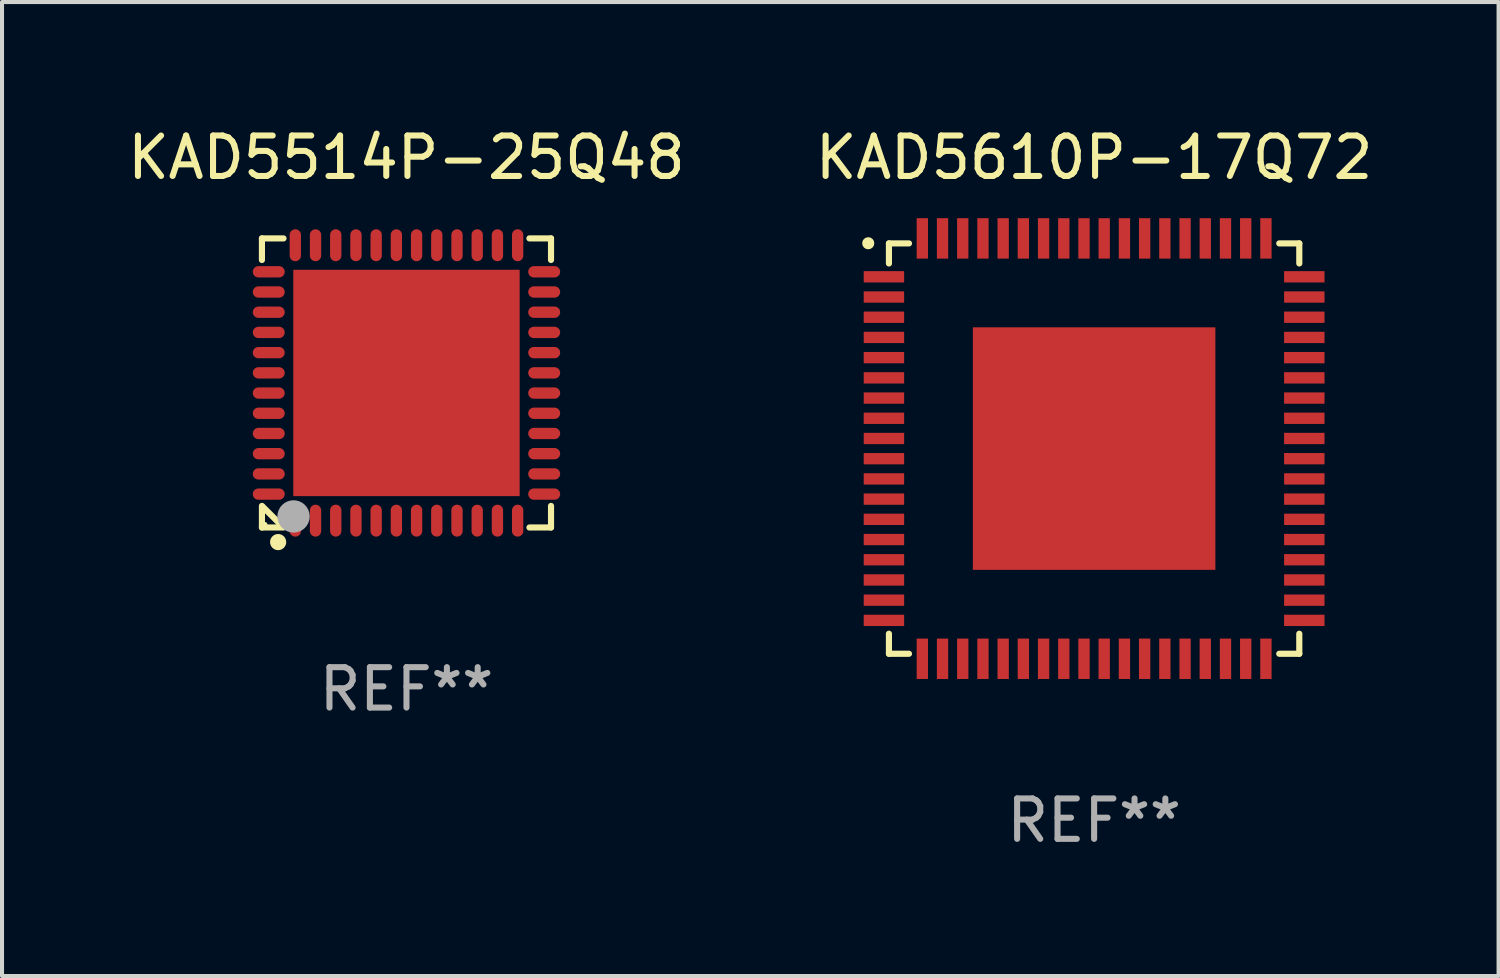
<source format=kicad_pcb>
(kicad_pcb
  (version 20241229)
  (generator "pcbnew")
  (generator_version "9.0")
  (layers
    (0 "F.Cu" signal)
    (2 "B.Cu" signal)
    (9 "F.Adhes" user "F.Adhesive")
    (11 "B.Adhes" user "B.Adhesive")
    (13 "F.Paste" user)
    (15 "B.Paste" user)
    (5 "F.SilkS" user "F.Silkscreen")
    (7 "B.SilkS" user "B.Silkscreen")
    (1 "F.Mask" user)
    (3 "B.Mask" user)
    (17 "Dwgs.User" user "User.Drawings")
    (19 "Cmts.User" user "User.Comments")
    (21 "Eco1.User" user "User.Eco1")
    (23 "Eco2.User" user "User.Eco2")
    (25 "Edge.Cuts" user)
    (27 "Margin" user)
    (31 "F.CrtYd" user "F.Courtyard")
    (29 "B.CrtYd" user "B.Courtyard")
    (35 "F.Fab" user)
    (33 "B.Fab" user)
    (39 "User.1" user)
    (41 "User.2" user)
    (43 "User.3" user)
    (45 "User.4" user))
  (footprint "KAD5514P-25Q48"
    (layer "F.Cu")
    (at 7.006 6.424)
    (property "Reference" "KAD5514P-25Q48" (at 0 -5.576 0) (layer "F.SilkS") (effects (font (size 1 1) (thickness 0.15))))
    (attr through_hole)
    (fp_line (start -3.576 -3.576) (end -3.576 -3.042) (stroke (width 0.152) (type solid)) (layer "F.SilkS"))
    (fp_line (start -3.576 3.576) (end -3.576 3.042) (stroke (width 0.152) (type solid)) (layer "F.SilkS"))
    (fp_line (start -3.069 3.549) (end -3.549 3.069) (stroke (width 0.152) (type solid)) (layer "F.SilkS"))
    (fp_line (start -3.042 -3.576) (end -3.576 -3.576) (stroke (width 0.152) (type solid)) (layer "F.SilkS"))
    (fp_line (start -3.042 3.576) (end -3.576 3.576) (stroke (width 0.152) (type solid)) (layer "F.SilkS"))
    (fp_line (start 3.042 -3.576) (end 3.576 -3.576) (stroke (width 0.152) (type solid)) (layer "F.SilkS"))
    (fp_line (start 3.042 3.576) (end 3.576 3.576) (stroke (width 0.152) (type solid)) (layer "F.SilkS"))
    (fp_line (start 3.576 -3.576) (end 3.576 -3.042) (stroke (width 0.152) (type solid)) (layer "F.SilkS"))
    (fp_line (start 3.576 3.576) (end 3.576 3.042) (stroke (width 0.152) (type solid)) (layer "F.SilkS"))
    (fp_circle (center -3.5 3.5) (end -3.47 3.5) (stroke (width 0.06) (type solid)) (fill no) (layer "F.SilkS"))
    (fp_circle (center -3.175 3.937) (end -3.075 3.937) (stroke (width 0.2) (type solid)) (fill no) (layer "F.SilkS"))
    (fp_circle (center -2.794 3.302) (end -2.594 3.302) (stroke (width 0.4) (type solid)) (fill no) (layer "F.Fab"))
    (fp_text user "REF**" (at 0 7.576 0) (layer "F.Fab") (effects (font (size 1 1) (thickness 0.15))))
    (pad "1" smd oval (at -2.75 3.407) (size 0.28 0.79) (layers "F.Cu" "F.Mask" "F.Paste"))
    (pad "2" smd oval (at -2.25 3.407) (size 0.28 0.79) (layers "F.Cu" "F.Mask" "F.Paste"))
    (pad "3" smd oval (at -1.75 3.407) (size 0.28 0.79) (layers "F.Cu" "F.Mask" "F.Paste"))
    (pad "4" smd oval (at -1.25 3.407) (size 0.28 0.79) (layers "F.Cu" "F.Mask" "F.Paste"))
    (pad "5" smd oval (at -0.75 3.407) (size 0.28 0.79) (layers "F.Cu" "F.Mask" "F.Paste"))
    (pad "6" smd oval (at -0.25 3.407) (size 0.28 0.79) (layers "F.Cu" "F.Mask" "F.Paste"))
    (pad "7" smd oval (at 0.25 3.407) (size 0.28 0.79) (layers "F.Cu" "F.Mask" "F.Paste"))
    (pad "8" smd oval (at 0.75 3.407) (size 0.28 0.79) (layers "F.Cu" "F.Mask" "F.Paste"))
    (pad "9" smd oval (at 1.25 3.407) (size 0.28 0.79) (layers "F.Cu" "F.Mask" "F.Paste"))
    (pad "10" smd oval (at 1.75 3.407) (size 0.28 0.79) (layers "F.Cu" "F.Mask" "F.Paste"))
    (pad "11" smd oval (at 2.25 3.407) (size 0.28 0.79) (layers "F.Cu" "F.Mask" "F.Paste"))
    (pad "12" smd oval (at 2.75 3.407) (size 0.28 0.79) (layers "F.Cu" "F.Mask" "F.Paste"))
    (pad "13" smd oval (at 3.407 2.75) (size 0.79 0.28) (layers "F.Cu" "F.Mask" "F.Paste"))
    (pad "14" smd oval (at 3.407 2.25) (size 0.79 0.28) (layers "F.Cu" "F.Mask" "F.Paste"))
    (pad "15" smd oval (at 3.407 1.75) (size 0.79 0.28) (layers "F.Cu" "F.Mask" "F.Paste"))
    (pad "16" smd oval (at 3.407 1.25) (size 0.79 0.28) (layers "F.Cu" "F.Mask" "F.Paste"))
    (pad "17" smd oval (at 3.407 0.75) (size 0.79 0.28) (layers "F.Cu" "F.Mask" "F.Paste"))
    (pad "18" smd oval (at 3.407 0.25) (size 0.79 0.28) (layers "F.Cu" "F.Mask" "F.Paste"))
    (pad "19" smd oval (at 3.407 -0.25) (size 0.79 0.28) (layers "F.Cu" "F.Mask" "F.Paste"))
    (pad "20" smd oval (at 3.407 -0.75) (size 0.79 0.28) (layers "F.Cu" "F.Mask" "F.Paste"))
    (pad "21" smd oval (at 3.407 -1.25) (size 0.79 0.28) (layers "F.Cu" "F.Mask" "F.Paste"))
    (pad "22" smd oval (at 3.407 -1.75) (size 0.79 0.28) (layers "F.Cu" "F.Mask" "F.Paste"))
    (pad "23" smd oval (at 3.407 -2.25) (size 0.79 0.28) (layers "F.Cu" "F.Mask" "F.Paste"))
    (pad "24" smd oval (at 3.407 -2.75) (size 0.79 0.28) (layers "F.Cu" "F.Mask" "F.Paste"))
    (pad "25" smd oval (at 2.75 -3.407) (size 0.28 0.79) (layers "F.Cu" "F.Mask" "F.Paste"))
    (pad "26" smd oval (at 2.25 -3.407) (size 0.28 0.79) (layers "F.Cu" "F.Mask" "F.Paste"))
    (pad "27" smd oval (at 1.75 -3.407) (size 0.28 0.79) (layers "F.Cu" "F.Mask" "F.Paste"))
    (pad "28" smd oval (at 1.25 -3.407) (size 0.28 0.79) (layers "F.Cu" "F.Mask" "F.Paste"))
    (pad "29" smd oval (at 0.75 -3.407) (size 0.28 0.79) (layers "F.Cu" "F.Mask" "F.Paste"))
    (pad "30" smd oval (at 0.25 -3.407) (size 0.28 0.79) (layers "F.Cu" "F.Mask" "F.Paste"))
    (pad "31" smd oval (at -0.25 -3.407) (size 0.28 0.79) (layers "F.Cu" "F.Mask" "F.Paste"))
    (pad "32" smd oval (at -0.75 -3.407) (size 0.28 0.79) (layers "F.Cu" "F.Mask" "F.Paste"))
    (pad "33" smd oval (at -1.25 -3.407) (size 0.28 0.79) (layers "F.Cu" "F.Mask" "F.Paste"))
    (pad "34" smd oval (at -1.75 -3.407) (size 0.28 0.79) (layers "F.Cu" "F.Mask" "F.Paste"))
    (pad "35" smd oval (at -2.25 -3.407) (size 0.28 0.79) (layers "F.Cu" "F.Mask" "F.Paste"))
    (pad "36" smd oval (at -2.75 -3.407) (size 0.28 0.79) (layers "F.Cu" "F.Mask" "F.Paste"))
    (pad "37" smd oval (at -3.407 -2.75) (size 0.79 0.28) (layers "F.Cu" "F.Mask" "F.Paste"))
    (pad "38" smd oval (at -3.407 -2.25) (size 0.79 0.28) (layers "F.Cu" "F.Mask" "F.Paste"))
    (pad "39" smd oval (at -3.407 -1.75) (size 0.79 0.28) (layers "F.Cu" "F.Mask" "F.Paste"))
    (pad "40" smd oval (at -3.407 -1.25) (size 0.79 0.28) (layers "F.Cu" "F.Mask" "F.Paste"))
    (pad "41" smd oval (at -3.407 -0.75) (size 0.79 0.28) (layers "F.Cu" "F.Mask" "F.Paste"))
    (pad "42" smd oval (at -3.407 -0.25) (size 0.79 0.28) (layers "F.Cu" "F.Mask" "F.Paste"))
    (pad "43" smd oval (at -3.407 0.25) (size 0.79 0.28) (layers "F.Cu" "F.Mask" "F.Paste"))
    (pad "44" smd oval (at -3.407 0.75) (size 0.79 0.28) (layers "F.Cu" "F.Mask" "F.Paste"))
    (pad "45" smd oval (at -3.407 1.25) (size 0.79 0.28) (layers "F.Cu" "F.Mask" "F.Paste"))
    (pad "46" smd oval (at -3.407 1.75) (size 0.79 0.28) (layers "F.Cu" "F.Mask" "F.Paste"))
    (pad "47" smd oval (at -3.407 2.25) (size 0.79 0.28) (layers "F.Cu" "F.Mask" "F.Paste"))
    (pad "48" smd oval (at -3.407 2.75) (size 0.79 0.28) (layers "F.Cu" "F.Mask" "F.Paste"))
    (pad "49" smd rect (at 0 0) (size 5.6 5.6) (layers "F.Cu" "F.Mask" "F.Paste")))
  (footprint "KAD5610P-17Q72"
    (layer "F.Cu")
    (at 24.018 8.048)
    (property "Reference" "KAD5610P-17Q72" (at 0 -7.2 0) (layer "F.SilkS") (effects (font (size 1 1) (thickness 0.15))))
    (attr through_hole)
    (fp_line (start -5.076 -5.076) (end -5.076 -4.58) (stroke (width 0.152) (type solid)) (layer "F.SilkS"))
    (fp_line (start -5.076 5.076) (end -5.076 4.58) (stroke (width 0.152) (type solid)) (layer "F.SilkS"))
    (fp_line (start -4.58 -5.076) (end -5.076 -5.076) (stroke (width 0.152) (type solid)) (layer "F.SilkS"))
    (fp_line (start -4.58 5.076) (end -5.076 5.076) (stroke (width 0.152) (type solid)) (layer "F.SilkS"))
    (fp_line (start 4.58 -5.076) (end 5.076 -5.076) (stroke (width 0.152) (type solid)) (layer "F.SilkS"))
    (fp_line (start 4.58 5.076) (end 5.076 5.076) (stroke (width 0.152) (type solid)) (layer "F.SilkS"))
    (fp_line (start 5.076 -5.076) (end 5.076 -4.58) (stroke (width 0.152) (type solid)) (layer "F.SilkS"))
    (fp_line (start 5.076 5.076) (end 5.076 4.58) (stroke (width 0.152) (type solid)) (layer "F.SilkS"))
    (fp_circle (center -5.588 -5.08) (end -5.513 -5.08) (stroke (width 0.15) (type solid)) (fill no) (layer "F.SilkS"))
    (fp_text user "REF**" (at 0 9.2 0) (layer "F.Fab") (effects (font (size 1 1) (thickness 0.15))))
    (pad "1" smd rect (at -5.2 -4.25 270) (size 0.28 1) (layers "F.Cu" "F.Mask" "F.Paste"))
    (pad "2" smd rect (at -5.2 -3.75 270) (size 0.28 1) (layers "F.Cu" "F.Mask" "F.Paste"))
    (pad "3" smd rect (at -5.2 -3.25 270) (size 0.28 1) (layers "F.Cu" "F.Mask" "F.Paste"))
    (pad "4" smd rect (at -5.2 -2.75 270) (size 0.28 1) (layers "F.Cu" "F.Mask" "F.Paste"))
    (pad "5" smd rect (at -5.2 -2.25 270) (size 0.28 1) (layers "F.Cu" "F.Mask" "F.Paste"))
    (pad "6" smd rect (at -5.2 -1.75 270) (size 0.28 1) (layers "F.Cu" "F.Mask" "F.Paste"))
    (pad "7" smd rect (at -5.2 -1.25 270) (size 0.28 1) (layers "F.Cu" "F.Mask" "F.Paste"))
    (pad "8" smd rect (at -5.2 -0.75 270) (size 0.28 1) (layers "F.Cu" "F.Mask" "F.Paste"))
    (pad "9" smd rect (at -5.2 -0.25 270) (size 0.28 1) (layers "F.Cu" "F.Mask" "F.Paste"))
    (pad "10" smd rect (at -5.2 0.25 270) (size 0.28 1) (layers "F.Cu" "F.Mask" "F.Paste"))
    (pad "11" smd rect (at -5.2 0.75 270) (size 0.28 1) (layers "F.Cu" "F.Mask" "F.Paste"))
    (pad "12" smd rect (at -5.2 1.25 270) (size 0.28 1) (layers "F.Cu" "F.Mask" "F.Paste"))
    (pad "13" smd rect (at -5.2 1.75 270) (size 0.28 1) (layers "F.Cu" "F.Mask" "F.Paste"))
    (pad "14" smd rect (at -5.2 2.25 270) (size 0.28 1) (layers "F.Cu" "F.Mask" "F.Paste"))
    (pad "15" smd rect (at -5.2 2.75 270) (size 0.28 1) (layers "F.Cu" "F.Mask" "F.Paste"))
    (pad "16" smd rect (at -5.2 3.25 270) (size 0.28 1) (layers "F.Cu" "F.Mask" "F.Paste"))
    (pad "17" smd rect (at -5.2 3.75 270) (size 0.28 1) (layers "F.Cu" "F.Mask" "F.Paste"))
    (pad "18" smd rect (at -5.2 4.25 270) (size 0.28 1) (layers "F.Cu" "F.Mask" "F.Paste"))
    (pad "19" smd rect (at -4.25 5.2 270) (size 1 0.28) (layers "F.Cu" "F.Mask" "F.Paste"))
    (pad "20" smd rect (at -3.75 5.2 270) (size 1 0.28) (layers "F.Cu" "F.Mask" "F.Paste"))
    (pad "21" smd rect (at -3.25 5.2 270) (size 1 0.28) (layers "F.Cu" "F.Mask" "F.Paste"))
    (pad "22" smd rect (at -2.75 5.2 270) (size 1 0.28) (layers "F.Cu" "F.Mask" "F.Paste"))
    (pad "23" smd rect (at -2.25 5.2 270) (size 1 0.28) (layers "F.Cu" "F.Mask" "F.Paste"))
    (pad "24" smd rect (at -1.75 5.2 270) (size 1 0.28) (layers "F.Cu" "F.Mask" "F.Paste"))
    (pad "25" smd rect (at -1.25 5.2 270) (size 1 0.28) (layers "F.Cu" "F.Mask" "F.Paste"))
    (pad "26" smd rect (at -0.75 5.2 270) (size 1 0.28) (layers "F.Cu" "F.Mask" "F.Paste"))
    (pad "27" smd rect (at -0.25 5.2 270) (size 1 0.28) (layers "F.Cu" "F.Mask" "F.Paste"))
    (pad "28" smd rect (at 0.25 5.2 270) (size 1 0.28) (layers "F.Cu" "F.Mask" "F.Paste"))
    (pad "29" smd rect (at 0.75 5.2 270) (size 1 0.28) (layers "F.Cu" "F.Mask" "F.Paste"))
    (pad "30" smd rect (at 1.25 5.2 270) (size 1 0.28) (layers "F.Cu" "F.Mask" "F.Paste"))
    (pad "31" smd rect (at 1.75 5.2 270) (size 1 0.28) (layers "F.Cu" "F.Mask" "F.Paste"))
    (pad "32" smd rect (at 2.25 5.2 270) (size 1 0.28) (layers "F.Cu" "F.Mask" "F.Paste"))
    (pad "33" smd rect (at 2.75 5.2 270) (size 1 0.28) (layers "F.Cu" "F.Mask" "F.Paste"))
    (pad "34" smd rect (at 3.25 5.2 270) (size 1 0.28) (layers "F.Cu" "F.Mask" "F.Paste"))
    (pad "35" smd rect (at 3.75 5.2 270) (size 1 0.28) (layers "F.Cu" "F.Mask" "F.Paste"))
    (pad "36" smd rect (at 4.25 5.2 270) (size 1 0.28) (layers "F.Cu" "F.Mask" "F.Paste"))
    (pad "37" smd rect (at 5.2 4.25 270) (size 0.28 1) (layers "F.Cu" "F.Mask" "F.Paste"))
    (pad "38" smd rect (at 5.2 3.75 270) (size 0.28 1) (layers "F.Cu" "F.Mask" "F.Paste"))
    (pad "39" smd rect (at 5.2 3.25 270) (size 0.28 1) (layers "F.Cu" "F.Mask" "F.Paste"))
    (pad "40" smd rect (at 5.2 2.75 270) (size 0.28 1) (layers "F.Cu" "F.Mask" "F.Paste"))
    (pad "41" smd rect (at 5.2 2.25 270) (size 0.28 1) (layers "F.Cu" "F.Mask" "F.Paste"))
    (pad "42" smd rect (at 5.2 1.75 270) (size 0.28 1) (layers "F.Cu" "F.Mask" "F.Paste"))
    (pad "43" smd rect (at 5.2 1.25 270) (size 0.28 1) (layers "F.Cu" "F.Mask" "F.Paste"))
    (pad "44" smd rect (at 5.2 0.75 270) (size 0.28 1) (layers "F.Cu" "F.Mask" "F.Paste"))
    (pad "45" smd rect (at 5.2 0.25 270) (size 0.28 1) (layers "F.Cu" "F.Mask" "F.Paste"))
    (pad "46" smd rect (at 5.2 -0.25 270) (size 0.28 1) (layers "F.Cu" "F.Mask" "F.Paste"))
    (pad "47" smd rect (at 5.2 -0.75 270) (size 0.28 1) (layers "F.Cu" "F.Mask" "F.Paste"))
    (pad "48" smd rect (at 5.2 -1.25 270) (size 0.28 1) (layers "F.Cu" "F.Mask" "F.Paste"))
    (pad "49" smd rect (at 5.2 -1.75 270) (size 0.28 1) (layers "F.Cu" "F.Mask" "F.Paste"))
    (pad "50" smd rect (at 5.2 -2.25 270) (size 0.28 1) (layers "F.Cu" "F.Mask" "F.Paste"))
    (pad "51" smd rect (at 5.2 -2.75 270) (size 0.28 1) (layers "F.Cu" "F.Mask" "F.Paste"))
    (pad "52" smd rect (at 5.2 -3.25 270) (size 0.28 1) (layers "F.Cu" "F.Mask" "F.Paste"))
    (pad "53" smd rect (at 5.2 -3.75 270) (size 0.28 1) (layers "F.Cu" "F.Mask" "F.Paste"))
    (pad "54" smd rect (at 5.2 -4.25 270) (size 0.28 1) (layers "F.Cu" "F.Mask" "F.Paste"))
    (pad "55" smd rect (at 4.25 -5.2 270) (size 1 0.28) (layers "F.Cu" "F.Mask" "F.Paste"))
    (pad "56" smd rect (at 3.75 -5.2 270) (size 1 0.28) (layers "F.Cu" "F.Mask" "F.Paste"))
    (pad "57" smd rect (at 3.25 -5.2 270) (size 1 0.28) (layers "F.Cu" "F.Mask" "F.Paste"))
    (pad "58" smd rect (at 2.75 -5.2 270) (size 1 0.28) (layers "F.Cu" "F.Mask" "F.Paste"))
    (pad "59" smd rect (at 2.25 -5.2 270) (size 1 0.28) (layers "F.Cu" "F.Mask" "F.Paste"))
    (pad "60" smd rect (at 1.75 -5.2 270) (size 1 0.28) (layers "F.Cu" "F.Mask" "F.Paste"))
    (pad "61" smd rect (at 1.25 -5.2 270) (size 1 0.28) (layers "F.Cu" "F.Mask" "F.Paste"))
    (pad "62" smd rect (at 0.75 -5.2 270) (size 1 0.28) (layers "F.Cu" "F.Mask" "F.Paste"))
    (pad "63" smd rect (at 0.25 -5.2 270) (size 1 0.28) (layers "F.Cu" "F.Mask" "F.Paste"))
    (pad "64" smd rect (at -0.25 -5.2 270) (size 1 0.28) (layers "F.Cu" "F.Mask" "F.Paste"))
    (pad "65" smd rect (at -0.75 -5.2 270) (size 1 0.28) (layers "F.Cu" "F.Mask" "F.Paste"))
    (pad "66" smd rect (at -1.25 -5.2 270) (size 1 0.28) (layers "F.Cu" "F.Mask" "F.Paste"))
    (pad "67" smd rect (at -1.75 -5.2 270) (size 1 0.28) (layers "F.Cu" "F.Mask" "F.Paste"))
    (pad "68" smd rect (at -2.25 -5.2 270) (size 1 0.28) (layers "F.Cu" "F.Mask" "F.Paste"))
    (pad "69" smd rect (at -2.75 -5.2 270) (size 1 0.28) (layers "F.Cu" "F.Mask" "F.Paste"))
    (pad "70" smd rect (at -3.25 -5.2 270) (size 1 0.28) (layers "F.Cu" "F.Mask" "F.Paste"))
    (pad "71" smd rect (at -3.75 -5.2 270) (size 1 0.28) (layers "F.Cu" "F.Mask" "F.Paste"))
    (pad "72" smd rect (at -4.25 -5.2 270) (size 1 0.28) (layers "F.Cu" "F.Mask" "F.Paste"))
    (pad "73" smd rect (at 0.000025 -0.000076 270) (size 6 6) (layers "F.Cu" "F.Mask" "F.Paste")))
  (gr_rect
    (start -3 -3)
    (end 34.024 21.096)
    (stroke (width 0.1) (type default))
    (fill no)
    (layer "Edge.Cuts")))
</source>
